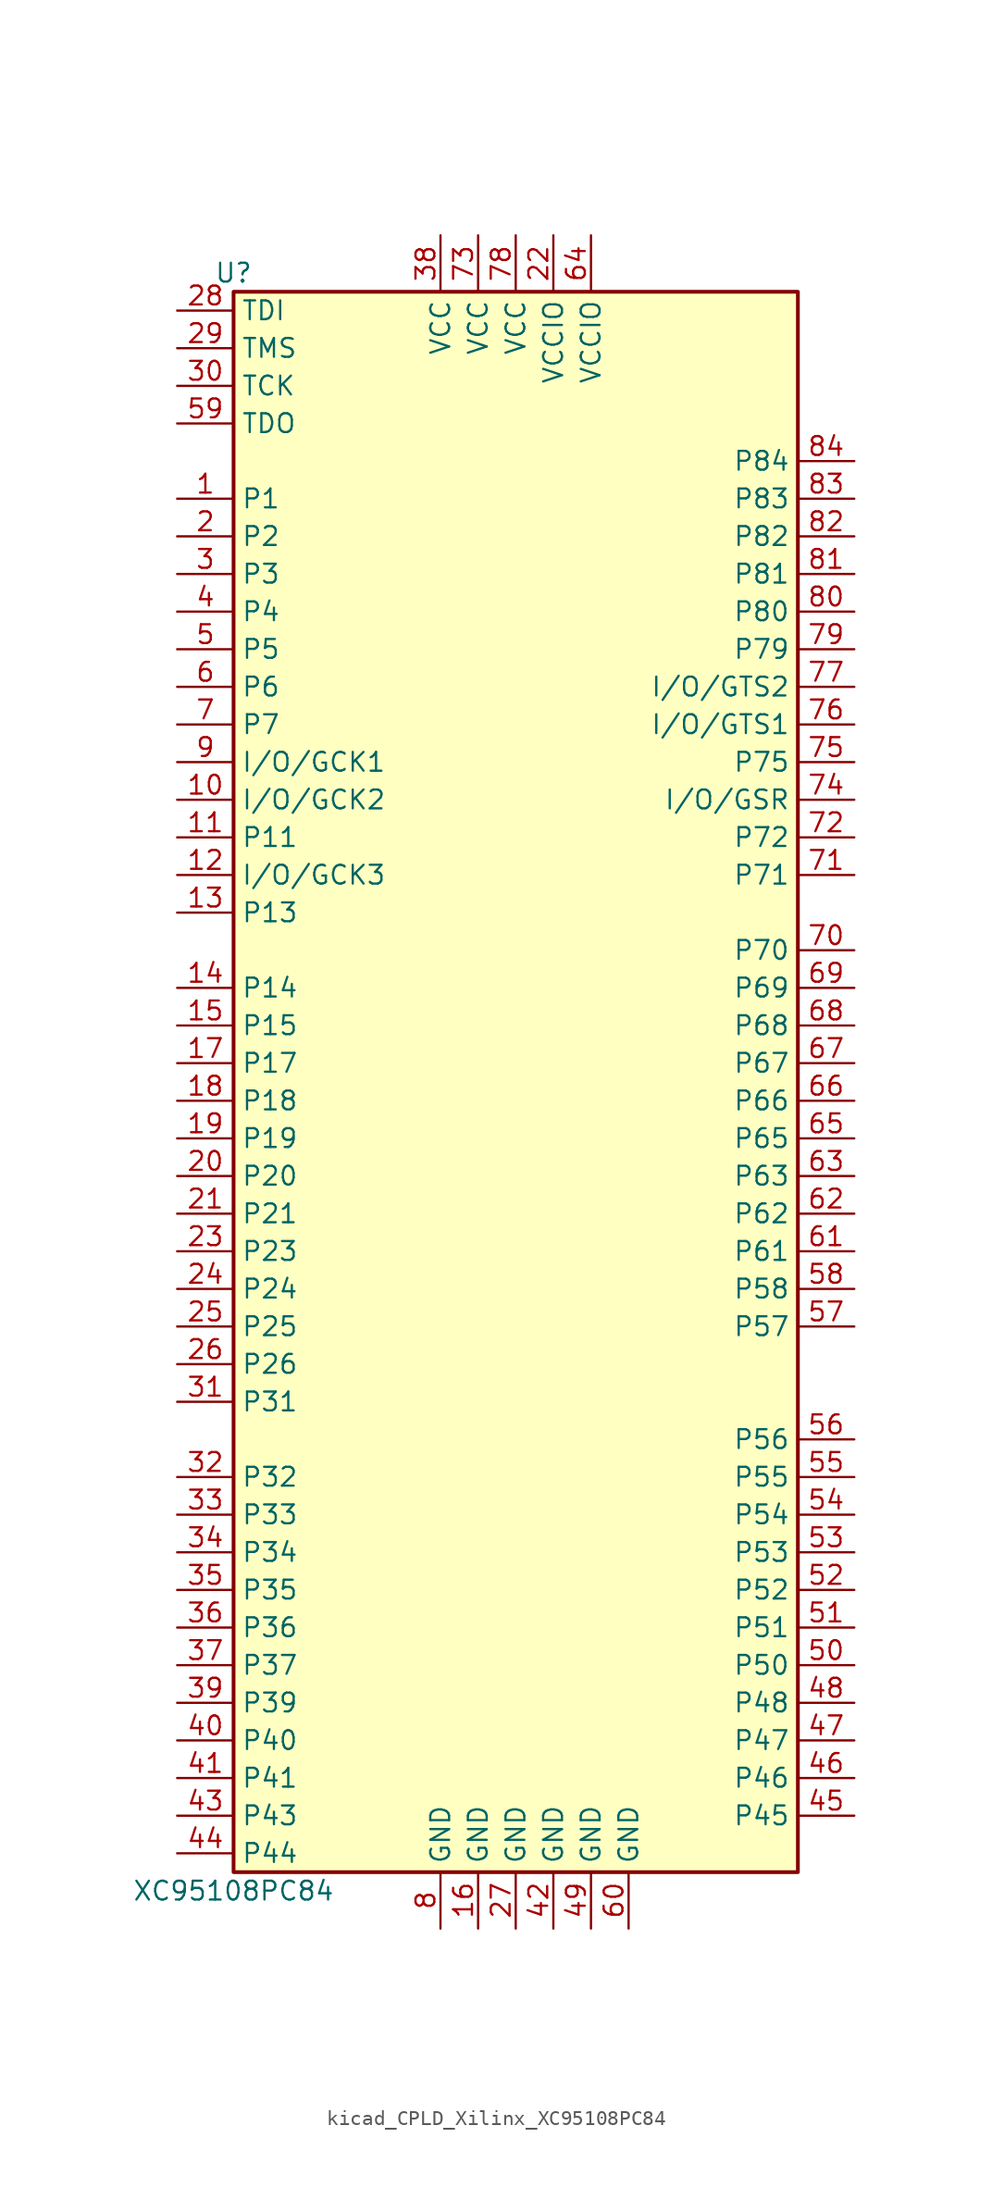
<source format=kicad_sym>
(kicad_symbol_lib
  (version 20220914)
  (generator kicad_symbol_editor)
  (symbol "kicad_CPLD_Xilinx_XC95108PC84"
    (property "Reference" "U"
      (at -19.05 53.34 0)
      (effects (font (size 1.27 1.27))))
    (property "Value" "XC95108PC84"
      (at -19.05 -55.88 0)
      (effects (font (size 1.27 1.27))))
    (symbol "kicad_CPLD_Xilinx_XC95108PC84_1_1"
      (rectangle (start -19.05 52.07) (end 19.05 -54.61) (stroke (width 0.254) (type default)) (fill (type background)))
      (pin bidirectional line (at -22.86 38.1 0) (length 3.81) (name "P1" (effects (font (size 1.27 1.27)))) (number "1" (effects (font (size 1.27 1.27)))))
      (pin bidirectional line (at -22.86 17.78 0) (length 3.81) (name "I/O/GCK2" (effects (font (size 1.27 1.27)))) (number "10" (effects (font (size 1.27 1.27)))))
      (pin bidirectional line (at -22.86 15.24 0) (length 3.81) (name "P11" (effects (font (size 1.27 1.27)))) (number "11" (effects (font (size 1.27 1.27)))))
      (pin bidirectional line (at -22.86 12.7 0) (length 3.81) (name "I/O/GCK3" (effects (font (size 1.27 1.27)))) (number "12" (effects (font (size 1.27 1.27)))))
      (pin bidirectional line (at -22.86 10.16 0) (length 3.81) (name "P13" (effects (font (size 1.27 1.27)))) (number "13" (effects (font (size 1.27 1.27)))))
      (pin bidirectional line (at -22.86 5.08 0) (length 3.81) (name "P14" (effects (font (size 1.27 1.27)))) (number "14" (effects (font (size 1.27 1.27)))))
      (pin bidirectional line (at -22.86 2.54 0) (length 3.81) (name "P15" (effects (font (size 1.27 1.27)))) (number "15" (effects (font (size 1.27 1.27)))))
      (pin power_in line (at -2.54 -58.42 90) (length 3.81) (name "GND" (effects (font (size 1.27 1.27)))) (number "16" (effects (font (size 1.27 1.27)))))
      (pin bidirectional line (at -22.86 0 0) (length 3.81) (name "P17" (effects (font (size 1.27 1.27)))) (number "17" (effects (font (size 1.27 1.27)))))
      (pin bidirectional line (at -22.86 -2.54 0) (length 3.81) (name "P18" (effects (font (size 1.27 1.27)))) (number "18" (effects (font (size 1.27 1.27)))))
      (pin bidirectional line (at -22.86 -5.08 0) (length 3.81) (name "P19" (effects (font (size 1.27 1.27)))) (number "19" (effects (font (size 1.27 1.27)))))
      (pin bidirectional line (at -22.86 35.56 0) (length 3.81) (name "P2" (effects (font (size 1.27 1.27)))) (number "2" (effects (font (size 1.27 1.27)))))
      (pin bidirectional line (at -22.86 -7.62 0) (length 3.81) (name "P20" (effects (font (size 1.27 1.27)))) (number "20" (effects (font (size 1.27 1.27)))))
      (pin bidirectional line (at -22.86 -10.16 0) (length 3.81) (name "P21" (effects (font (size 1.27 1.27)))) (number "21" (effects (font (size 1.27 1.27)))))
      (pin power_in line (at 2.54 55.88 270) (length 3.81) (name "VCCIO" (effects (font (size 1.27 1.27)))) (number "22" (effects (font (size 1.27 1.27)))))
      (pin bidirectional line (at -22.86 -12.7 0) (length 3.81) (name "P23" (effects (font (size 1.27 1.27)))) (number "23" (effects (font (size 1.27 1.27)))))
      (pin bidirectional line (at -22.86 -15.24 0) (length 3.81) (name "P24" (effects (font (size 1.27 1.27)))) (number "24" (effects (font (size 1.27 1.27)))))
      (pin bidirectional line (at -22.86 -17.78 0) (length 3.81) (name "P25" (effects (font (size 1.27 1.27)))) (number "25" (effects (font (size 1.27 1.27)))))
      (pin bidirectional line (at -22.86 -20.32 0) (length 3.81) (name "P26" (effects (font (size 1.27 1.27)))) (number "26" (effects (font (size 1.27 1.27)))))
      (pin power_in line (at 0 -58.42 90) (length 3.81) (name "GND" (effects (font (size 1.27 1.27)))) (number "27" (effects (font (size 1.27 1.27)))))
      (pin input line (at -22.86 50.8 0) (length 3.81) (name "TDI" (effects (font (size 1.27 1.27)))) (number "28" (effects (font (size 1.27 1.27)))))
      (pin input line (at -22.86 48.26 0) (length 3.81) (name "TMS" (effects (font (size 1.27 1.27)))) (number "29" (effects (font (size 1.27 1.27)))))
      (pin bidirectional line (at -22.86 33.02 0) (length 3.81) (name "P3" (effects (font (size 1.27 1.27)))) (number "3" (effects (font (size 1.27 1.27)))))
      (pin input line (at -22.86 45.72 0) (length 3.81) (name "TCK" (effects (font (size 1.27 1.27)))) (number "30" (effects (font (size 1.27 1.27)))))
      (pin bidirectional line (at -22.86 -22.86 0) (length 3.81) (name "P31" (effects (font (size 1.27 1.27)))) (number "31" (effects (font (size 1.27 1.27)))))
      (pin bidirectional line (at -22.86 -27.94 0) (length 3.81) (name "P32" (effects (font (size 1.27 1.27)))) (number "32" (effects (font (size 1.27 1.27)))))
      (pin bidirectional line (at -22.86 -30.48 0) (length 3.81) (name "P33" (effects (font (size 1.27 1.27)))) (number "33" (effects (font (size 1.27 1.27)))))
      (pin bidirectional line (at -22.86 -33.02 0) (length 3.81) (name "P34" (effects (font (size 1.27 1.27)))) (number "34" (effects (font (size 1.27 1.27)))))
      (pin bidirectional line (at -22.86 -35.56 0) (length 3.81) (name "P35" (effects (font (size 1.27 1.27)))) (number "35" (effects (font (size 1.27 1.27)))))
      (pin bidirectional line (at -22.86 -38.1 0) (length 3.81) (name "P36" (effects (font (size 1.27 1.27)))) (number "36" (effects (font (size 1.27 1.27)))))
      (pin bidirectional line (at -22.86 -40.64 0) (length 3.81) (name "P37" (effects (font (size 1.27 1.27)))) (number "37" (effects (font (size 1.27 1.27)))))
      (pin power_in line (at -5.08 55.88 270) (length 3.81) (name "VCC" (effects (font (size 1.27 1.27)))) (number "38" (effects (font (size 1.27 1.27)))))
      (pin bidirectional line (at -22.86 -43.18 0) (length 3.81) (name "P39" (effects (font (size 1.27 1.27)))) (number "39" (effects (font (size 1.27 1.27)))))
      (pin bidirectional line (at -22.86 30.48 0) (length 3.81) (name "P4" (effects (font (size 1.27 1.27)))) (number "4" (effects (font (size 1.27 1.27)))))
      (pin bidirectional line (at -22.86 -45.72 0) (length 3.81) (name "P40" (effects (font (size 1.27 1.27)))) (number "40" (effects (font (size 1.27 1.27)))))
      (pin bidirectional line (at -22.86 -48.26 0) (length 3.81) (name "P41" (effects (font (size 1.27 1.27)))) (number "41" (effects (font (size 1.27 1.27)))))
      (pin power_in line (at 2.54 -58.42 90) (length 3.81) (name "GND" (effects (font (size 1.27 1.27)))) (number "42" (effects (font (size 1.27 1.27)))))
      (pin bidirectional line (at -22.86 -50.8 0) (length 3.81) (name "P43" (effects (font (size 1.27 1.27)))) (number "43" (effects (font (size 1.27 1.27)))))
      (pin bidirectional line (at -22.86 -53.34 0) (length 3.81) (name "P44" (effects (font (size 1.27 1.27)))) (number "44" (effects (font (size 1.27 1.27)))))
      (pin bidirectional line (at 22.86 -50.8 180) (length 3.81) (name "P45" (effects (font (size 1.27 1.27)))) (number "45" (effects (font (size 1.27 1.27)))))
      (pin bidirectional line (at 22.86 -48.26 180) (length 3.81) (name "P46" (effects (font (size 1.27 1.27)))) (number "46" (effects (font (size 1.27 1.27)))))
      (pin bidirectional line (at 22.86 -45.72 180) (length 3.81) (name "P47" (effects (font (size 1.27 1.27)))) (number "47" (effects (font (size 1.27 1.27)))))
      (pin bidirectional line (at 22.86 -43.18 180) (length 3.81) (name "P48" (effects (font (size 1.27 1.27)))) (number "48" (effects (font (size 1.27 1.27)))))
      (pin power_in line (at 5.08 -58.42 90) (length 3.81) (name "GND" (effects (font (size 1.27 1.27)))) (number "49" (effects (font (size 1.27 1.27)))))
      (pin bidirectional line (at -22.86 27.94 0) (length 3.81) (name "P5" (effects (font (size 1.27 1.27)))) (number "5" (effects (font (size 1.27 1.27)))))
      (pin bidirectional line (at 22.86 -40.64 180) (length 3.81) (name "P50" (effects (font (size 1.27 1.27)))) (number "50" (effects (font (size 1.27 1.27)))))
      (pin bidirectional line (at 22.86 -38.1 180) (length 3.81) (name "P51" (effects (font (size 1.27 1.27)))) (number "51" (effects (font (size 1.27 1.27)))))
      (pin bidirectional line (at 22.86 -35.56 180) (length 3.81) (name "P52" (effects (font (size 1.27 1.27)))) (number "52" (effects (font (size 1.27 1.27)))))
      (pin bidirectional line (at 22.86 -33.02 180) (length 3.81) (name "P53" (effects (font (size 1.27 1.27)))) (number "53" (effects (font (size 1.27 1.27)))))
      (pin bidirectional line (at 22.86 -30.48 180) (length 3.81) (name "P54" (effects (font (size 1.27 1.27)))) (number "54" (effects (font (size 1.27 1.27)))))
      (pin bidirectional line (at 22.86 -27.94 180) (length 3.81) (name "P55" (effects (font (size 1.27 1.27)))) (number "55" (effects (font (size 1.27 1.27)))))
      (pin bidirectional line (at 22.86 -25.4 180) (length 3.81) (name "P56" (effects (font (size 1.27 1.27)))) (number "56" (effects (font (size 1.27 1.27)))))
      (pin bidirectional line (at 22.86 -17.78 180) (length 3.81) (name "P57" (effects (font (size 1.27 1.27)))) (number "57" (effects (font (size 1.27 1.27)))))
      (pin bidirectional line (at 22.86 -15.24 180) (length 3.81) (name "P58" (effects (font (size 1.27 1.27)))) (number "58" (effects (font (size 1.27 1.27)))))
      (pin output line (at -22.86 43.18 0) (length 3.81) (name "TDO" (effects (font (size 1.27 1.27)))) (number "59" (effects (font (size 1.27 1.27)))))
      (pin bidirectional line (at -22.86 25.4 0) (length 3.81) (name "P6" (effects (font (size 1.27 1.27)))) (number "6" (effects (font (size 1.27 1.27)))))
      (pin power_in line (at 7.62 -58.42 90) (length 3.81) (name "GND" (effects (font (size 1.27 1.27)))) (number "60" (effects (font (size 1.27 1.27)))))
      (pin bidirectional line (at 22.86 -12.7 180) (length 3.81) (name "P61" (effects (font (size 1.27 1.27)))) (number "61" (effects (font (size 1.27 1.27)))))
      (pin bidirectional line (at 22.86 -10.16 180) (length 3.81) (name "P62" (effects (font (size 1.27 1.27)))) (number "62" (effects (font (size 1.27 1.27)))))
      (pin bidirectional line (at 22.86 -7.62 180) (length 3.81) (name "P63" (effects (font (size 1.27 1.27)))) (number "63" (effects (font (size 1.27 1.27)))))
      (pin power_in line (at 5.08 55.88 270) (length 3.81) (name "VCCIO" (effects (font (size 1.27 1.27)))) (number "64" (effects (font (size 1.27 1.27)))))
      (pin bidirectional line (at 22.86 -5.08 180) (length 3.81) (name "P65" (effects (font (size 1.27 1.27)))) (number "65" (effects (font (size 1.27 1.27)))))
      (pin bidirectional line (at 22.86 -2.54 180) (length 3.81) (name "P66" (effects (font (size 1.27 1.27)))) (number "66" (effects (font (size 1.27 1.27)))))
      (pin bidirectional line (at 22.86 0 180) (length 3.81) (name "P67" (effects (font (size 1.27 1.27)))) (number "67" (effects (font (size 1.27 1.27)))))
      (pin bidirectional line (at 22.86 2.54 180) (length 3.81) (name "P68" (effects (font (size 1.27 1.27)))) (number "68" (effects (font (size 1.27 1.27)))))
      (pin bidirectional line (at 22.86 5.08 180) (length 3.81) (name "P69" (effects (font (size 1.27 1.27)))) (number "69" (effects (font (size 1.27 1.27)))))
      (pin bidirectional line (at -22.86 22.86 0) (length 3.81) (name "P7" (effects (font (size 1.27 1.27)))) (number "7" (effects (font (size 1.27 1.27)))))
      (pin bidirectional line (at 22.86 7.62 180) (length 3.81) (name "P70" (effects (font (size 1.27 1.27)))) (number "70" (effects (font (size 1.27 1.27)))))
      (pin bidirectional line (at 22.86 12.7 180) (length 3.81) (name "P71" (effects (font (size 1.27 1.27)))) (number "71" (effects (font (size 1.27 1.27)))))
      (pin bidirectional line (at 22.86 15.24 180) (length 3.81) (name "P72" (effects (font (size 1.27 1.27)))) (number "72" (effects (font (size 1.27 1.27)))))
      (pin power_in line (at -2.54 55.88 270) (length 3.81) (name "VCC" (effects (font (size 1.27 1.27)))) (number "73" (effects (font (size 1.27 1.27)))))
      (pin bidirectional line (at 22.86 17.78 180) (length 3.81) (name "I/O/GSR" (effects (font (size 1.27 1.27)))) (number "74" (effects (font (size 1.27 1.27)))))
      (pin bidirectional line (at 22.86 20.32 180) (length 3.81) (name "P75" (effects (font (size 1.27 1.27)))) (number "75" (effects (font (size 1.27 1.27)))))
      (pin bidirectional line (at 22.86 22.86 180) (length 3.81) (name "I/O/GTS1" (effects (font (size 1.27 1.27)))) (number "76" (effects (font (size 1.27 1.27)))))
      (pin bidirectional line (at 22.86 25.4 180) (length 3.81) (name "I/O/GTS2" (effects (font (size 1.27 1.27)))) (number "77" (effects (font (size 1.27 1.27)))))
      (pin power_in line (at 0 55.88 270) (length 3.81) (name "VCC" (effects (font (size 1.27 1.27)))) (number "78" (effects (font (size 1.27 1.27)))))
      (pin bidirectional line (at 22.86 27.94 180) (length 3.81) (name "P79" (effects (font (size 1.27 1.27)))) (number "79" (effects (font (size 1.27 1.27)))))
      (pin power_in line (at -5.08 -58.42 90) (length 3.81) (name "GND" (effects (font (size 1.27 1.27)))) (number "8" (effects (font (size 1.27 1.27)))))
      (pin bidirectional line (at 22.86 30.48 180) (length 3.81) (name "P80" (effects (font (size 1.27 1.27)))) (number "80" (effects (font (size 1.27 1.27)))))
      (pin bidirectional line (at 22.86 33.02 180) (length 3.81) (name "P81" (effects (font (size 1.27 1.27)))) (number "81" (effects (font (size 1.27 1.27)))))
      (pin bidirectional line (at 22.86 35.56 180) (length 3.81) (name "P82" (effects (font (size 1.27 1.27)))) (number "82" (effects (font (size 1.27 1.27)))))
      (pin bidirectional line (at 22.86 38.1 180) (length 3.81) (name "P83" (effects (font (size 1.27 1.27)))) (number "83" (effects (font (size 1.27 1.27)))))
      (pin bidirectional line (at 22.86 40.64 180) (length 3.81) (name "P84" (effects (font (size 1.27 1.27)))) (number "84" (effects (font (size 1.27 1.27)))))
      (pin bidirectional line (at -22.86 20.32 0) (length 3.81) (name "I/O/GCK1" (effects (font (size 1.27 1.27)))) (number "9" (effects (font (size 1.27 1.27))))))))
</source>
